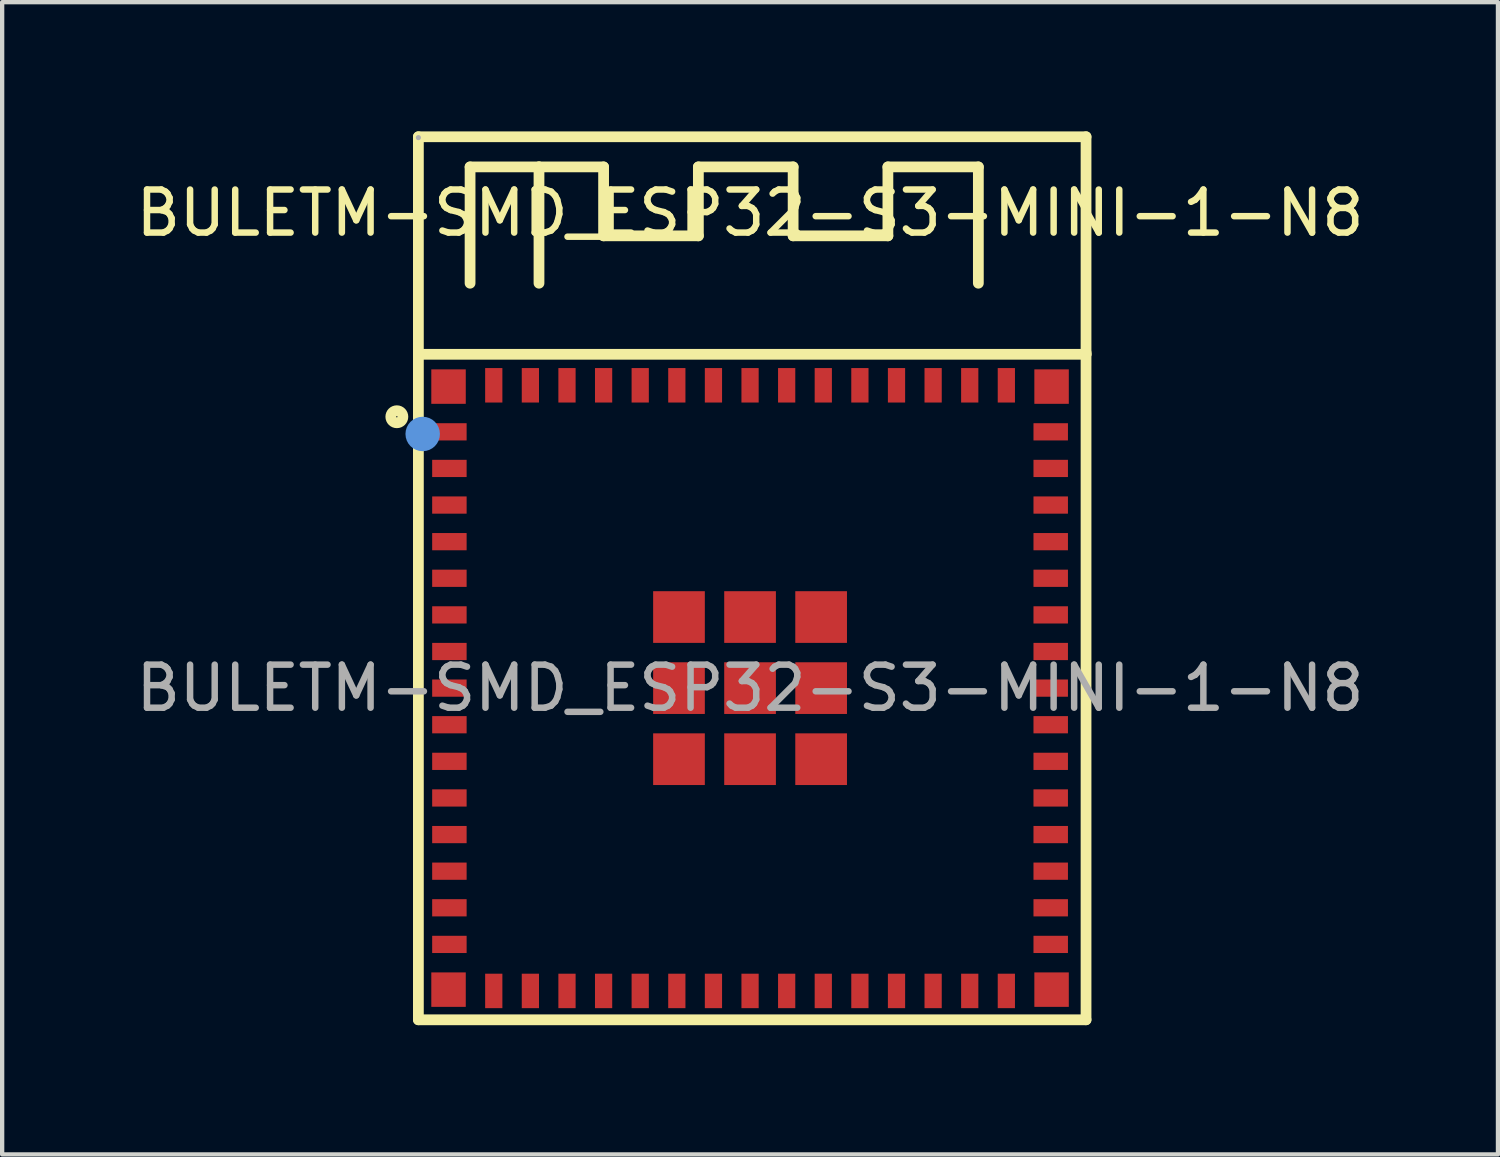
<source format=kicad_pcb>
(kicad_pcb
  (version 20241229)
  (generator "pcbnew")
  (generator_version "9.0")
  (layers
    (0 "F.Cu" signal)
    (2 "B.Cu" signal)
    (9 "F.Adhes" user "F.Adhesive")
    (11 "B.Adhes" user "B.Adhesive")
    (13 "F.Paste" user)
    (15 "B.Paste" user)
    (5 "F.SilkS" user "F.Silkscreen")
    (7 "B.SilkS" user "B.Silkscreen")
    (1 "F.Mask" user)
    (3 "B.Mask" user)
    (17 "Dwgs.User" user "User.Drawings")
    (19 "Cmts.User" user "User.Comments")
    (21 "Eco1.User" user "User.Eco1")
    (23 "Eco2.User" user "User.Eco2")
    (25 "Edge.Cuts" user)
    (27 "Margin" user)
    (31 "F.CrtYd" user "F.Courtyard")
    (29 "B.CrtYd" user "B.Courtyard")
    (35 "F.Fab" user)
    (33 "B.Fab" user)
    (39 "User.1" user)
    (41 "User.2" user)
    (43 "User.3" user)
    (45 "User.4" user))
  (footprint "BULETM-SMD_ESP32-S3-MINI-1-N8"
    (layer "F.Cu")
    (at 14.363 12.925)
    (property "Reference" "BULETM-SMD_ESP32-S3-MINI-1-N8" (at 0 -11.03 0) (layer "F.SilkS") (effects (font (size 1 1) (thickness 0.15))))
    (attr smd)
    (fp_line (start -7.7 -12.8) (end 7.8 -12.8) (stroke (width 0.25) (type solid)) (layer "F.SilkS"))
    (fp_line (start -7.7 -7.75) (end 7.8 -7.75) (stroke (width 0.25) (type solid)) (layer "F.SilkS"))
    (fp_line (start -7.7 7.7) (end -7.7 -12.8) (stroke (width 0.25) (type solid)) (layer "F.SilkS"))
    (fp_line (start -6.5 -12.1) (end -4.9 -12.1) (stroke (width 0.25) (type solid)) (layer "F.SilkS"))
    (fp_line (start -6.5 -9.4) (end -6.5 -12.1) (stroke (width 0.25) (type solid)) (layer "F.SilkS"))
    (fp_line (start -4.9 -12.1) (end -4.9 -9.4) (stroke (width 0.25) (type solid)) (layer "F.SilkS"))
    (fp_line (start -4.9 -12.1) (end -3.4 -12.1) (stroke (width 0.25) (type solid)) (layer "F.SilkS"))
    (fp_line (start -3.4 -12.1) (end -3.4 -10.5) (stroke (width 0.25) (type solid)) (layer "F.SilkS"))
    (fp_line (start -3.4 -10.5) (end -1.2 -10.5) (stroke (width 0.25) (type solid)) (layer "F.SilkS"))
    (fp_line (start -1.2 -12.1) (end 1 -12.1) (stroke (width 0.25) (type solid)) (layer "F.SilkS"))
    (fp_line (start -1.2 -10.5) (end -1.2 -12.1) (stroke (width 0.25) (type solid)) (layer "F.SilkS"))
    (fp_line (start 1 -12.1) (end 1 -10.5) (stroke (width 0.25) (type solid)) (layer "F.SilkS"))
    (fp_line (start 1 -10.5) (end 3.2 -10.5) (stroke (width 0.25) (type solid)) (layer "F.SilkS"))
    (fp_line (start 3.2 -12.1) (end 5.3 -12.1) (stroke (width 0.25) (type solid)) (layer "F.SilkS"))
    (fp_line (start 3.2 -10.5) (end 3.2 -12.1) (stroke (width 0.25) (type solid)) (layer "F.SilkS"))
    (fp_line (start 5.3 -12.1) (end 5.3 -9.4) (stroke (width 0.25) (type solid)) (layer "F.SilkS"))
    (fp_line (start 7.8 -12.8) (end 7.8 7.7) (stroke (width 0.25) (type solid)) (layer "F.SilkS"))
    (fp_line (start 7.8 -7.75) (end 7.8 -7.79) (stroke (width 0.25) (type solid)) (layer "F.SilkS"))
    (fp_line (start 7.8 7.7) (end -7.7 7.7) (stroke (width 0.25) (type solid)) (layer "F.SilkS"))
    (fp_circle (center -8.2 -6.3) (end -8.06 -6.3) (stroke (width 0.25) (type solid)) (fill no) (layer "F.SilkS"))
    (fp_circle (center -7.6 -5.9) (end -7.4 -5.9) (stroke (width 0.4) (type solid)) (fill no) (layer "Cmts.User"))
    (fp_circle (center -7.7 -12.78) (end -7.67 -12.78) (stroke (width 0.06) (type solid)) (fill no) (layer "F.Fab"))
    (fp_text user "${REFERENCE}" (at 0 0 0) (layer "F.Fab") (effects (font (size 1 1) (thickness 0.15))))
    (pad "1" smd rect (at -6.98 -5.95 90) (size 0.4 0.8) (layers "F.Cu" "F.Mask" "F.Paste"))
    (pad "2" smd rect (at -6.98 -5.1 90) (size 0.4 0.8) (layers "F.Cu" "F.Mask" "F.Paste"))
    (pad "3" smd rect (at -6.98 -4.25 90) (size 0.4 0.8) (layers "F.Cu" "F.Mask" "F.Paste"))
    (pad "4" smd rect (at -6.98 -3.4 90) (size 0.4 0.8) (layers "F.Cu" "F.Mask" "F.Paste"))
    (pad "5" smd rect (at -6.98 -2.55 90) (size 0.4 0.8) (layers "F.Cu" "F.Mask" "F.Paste"))
    (pad "6" smd rect (at -6.98 -1.7 90) (size 0.4 0.8) (layers "F.Cu" "F.Mask" "F.Paste"))
    (pad "7" smd rect (at -6.98 -0.85 90) (size 0.4 0.8) (layers "F.Cu" "F.Mask" "F.Paste"))
    (pad "8" smd rect (at -6.98 0 90) (size 0.4 0.8) (layers "F.Cu" "F.Mask" "F.Paste"))
    (pad "9" smd rect (at -6.98 0.85 90) (size 0.4 0.8) (layers "F.Cu" "F.Mask" "F.Paste"))
    (pad "10" smd rect (at -6.98 1.7 90) (size 0.4 0.8) (layers "F.Cu" "F.Mask" "F.Paste"))
    (pad "11" smd rect (at -6.98 2.55 90) (size 0.4 0.8) (layers "F.Cu" "F.Mask" "F.Paste"))
    (pad "12" smd rect (at -6.98 3.4 90) (size 0.4 0.8) (layers "F.Cu" "F.Mask" "F.Paste"))
    (pad "13" smd rect (at -6.98 4.25 90) (size 0.4 0.8) (layers "F.Cu" "F.Mask" "F.Paste"))
    (pad "14" smd rect (at -6.98 5.1 90) (size 0.4 0.8) (layers "F.Cu" "F.Mask" "F.Paste"))
    (pad "15" smd rect (at -6.98 5.95 90) (size 0.4 0.8) (layers "F.Cu" "F.Mask" "F.Paste"))
    (pad "16" smd rect (at -5.95 7.03 180) (size 0.4 0.8) (layers "F.Cu" "F.Mask" "F.Paste"))
    (pad "17" smd rect (at -5.1 7.03 180) (size 0.4 0.8) (layers "F.Cu" "F.Mask" "F.Paste"))
    (pad "18" smd rect (at -4.25 7.03 180) (size 0.4 0.8) (layers "F.Cu" "F.Mask" "F.Paste"))
    (pad "19" smd rect (at -3.4 7.03 180) (size 0.4 0.8) (layers "F.Cu" "F.Mask" "F.Paste"))
    (pad "20" smd rect (at -2.55 7.03 180) (size 0.4 0.8) (layers "F.Cu" "F.Mask" "F.Paste"))
    (pad "21" smd rect (at -1.7 7.03 180) (size 0.4 0.8) (layers "F.Cu" "F.Mask" "F.Paste"))
    (pad "22" smd rect (at -0.85 7.03 180) (size 0.4 0.8) (layers "F.Cu" "F.Mask" "F.Paste"))
    (pad "23" smd rect (at 0 7.03 180) (size 0.4 0.8) (layers "F.Cu" "F.Mask" "F.Paste"))
    (pad "24" smd rect (at 0.85 7.03 180) (size 0.4 0.8) (layers "F.Cu" "F.Mask" "F.Paste"))
    (pad "25" smd rect (at 1.7 7.03 180) (size 0.4 0.8) (layers "F.Cu" "F.Mask" "F.Paste"))
    (pad "26" smd rect (at 2.55 7.03 180) (size 0.4 0.8) (layers "F.Cu" "F.Mask" "F.Paste"))
    (pad "27" smd rect (at 3.4 7.03 180) (size 0.4 0.8) (layers "F.Cu" "F.Mask" "F.Paste"))
    (pad "28" smd rect (at 4.25 7.03 180) (size 0.4 0.8) (layers "F.Cu" "F.Mask" "F.Paste"))
    (pad "29" smd rect (at 5.1 7.03 180) (size 0.4 0.8) (layers "F.Cu" "F.Mask" "F.Paste"))
    (pad "30" smd rect (at 5.95 7.03 180) (size 0.4 0.8) (layers "F.Cu" "F.Mask" "F.Paste"))
    (pad "31" smd rect (at 6.98 5.95 270) (size 0.4 0.8) (layers "F.Cu" "F.Mask" "F.Paste"))
    (pad "32" smd rect (at 6.98 5.1 270) (size 0.4 0.8) (layers "F.Cu" "F.Mask" "F.Paste"))
    (pad "33" smd rect (at 6.98 4.25 270) (size 0.4 0.8) (layers "F.Cu" "F.Mask" "F.Paste"))
    (pad "34" smd rect (at 6.98 3.4 270) (size 0.4 0.8) (layers "F.Cu" "F.Mask" "F.Paste"))
    (pad "35" smd rect (at 6.98 2.55 270) (size 0.4 0.8) (layers "F.Cu" "F.Mask" "F.Paste"))
    (pad "36" smd rect (at 6.98 1.7 270) (size 0.4 0.8) (layers "F.Cu" "F.Mask" "F.Paste"))
    (pad "37" smd rect (at 6.98 0.85 270) (size 0.4 0.8) (layers "F.Cu" "F.Mask" "F.Paste"))
    (pad "38" smd rect (at 6.98 0 270) (size 0.4 0.8) (layers "F.Cu" "F.Mask" "F.Paste"))
    (pad "39" smd rect (at 6.98 -0.85 270) (size 0.4 0.8) (layers "F.Cu" "F.Mask" "F.Paste"))
    (pad "40" smd rect (at 6.98 -1.7 270) (size 0.4 0.8) (layers "F.Cu" "F.Mask" "F.Paste"))
    (pad "41" smd rect (at 6.98 -2.55 270) (size 0.4 0.8) (layers "F.Cu" "F.Mask" "F.Paste"))
    (pad "42" smd rect (at 6.98 -3.4 270) (size 0.4 0.8) (layers "F.Cu" "F.Mask" "F.Paste"))
    (pad "43" smd rect (at 6.98 -4.25 270) (size 0.4 0.8) (layers "F.Cu" "F.Mask" "F.Paste"))
    (pad "44" smd rect (at 6.98 -5.1 270) (size 0.4 0.8) (layers "F.Cu" "F.Mask" "F.Paste"))
    (pad "45" smd rect (at 6.98 -5.95 270) (size 0.4 0.8) (layers "F.Cu" "F.Mask" "F.Paste"))
    (pad "46" smd rect (at 5.95 -7.03) (size 0.4 0.8) (layers "F.Cu" "F.Mask" "F.Paste"))
    (pad "47" smd rect (at 5.1 -7.03) (size 0.4 0.8) (layers "F.Cu" "F.Mask" "F.Paste"))
    (pad "48" smd rect (at 4.25 -7.03) (size 0.4 0.8) (layers "F.Cu" "F.Mask" "F.Paste"))
    (pad "49" smd rect (at 3.4 -7.03) (size 0.4 0.8) (layers "F.Cu" "F.Mask" "F.Paste"))
    (pad "50" smd rect (at 2.55 -7.03) (size 0.4 0.8) (layers "F.Cu" "F.Mask" "F.Paste"))
    (pad "51" smd rect (at 1.7 -7.03) (size 0.4 0.8) (layers "F.Cu" "F.Mask" "F.Paste"))
    (pad "52" smd rect (at 0.85 -7.03) (size 0.4 0.8) (layers "F.Cu" "F.Mask" "F.Paste"))
    (pad "53" smd rect (at 0 -7.03) (size 0.4 0.8) (layers "F.Cu" "F.Mask" "F.Paste"))
    (pad "54" smd rect (at -0.85 -7.03) (size 0.4 0.8) (layers "F.Cu" "F.Mask" "F.Paste"))
    (pad "55" smd rect (at -1.7 -7.03) (size 0.4 0.8) (layers "F.Cu" "F.Mask" "F.Paste"))
    (pad "56" smd rect (at -2.55 -7.03) (size 0.4 0.8) (layers "F.Cu" "F.Mask" "F.Paste"))
    (pad "57" smd rect (at -3.4 -7.03) (size 0.4 0.8) (layers "F.Cu" "F.Mask" "F.Paste"))
    (pad "58" smd rect (at -4.25 -7.03) (size 0.4 0.8) (layers "F.Cu" "F.Mask" "F.Paste"))
    (pad "59" smd rect (at -5.1 -7.03) (size 0.4 0.8) (layers "F.Cu" "F.Mask" "F.Paste"))
    (pad "60" smd rect (at -5.95 -7.03) (size 0.4 0.8) (layers "F.Cu" "F.Mask" "F.Paste"))
    (pad "GND" smd rect (at -7 -7 90) (size 0.8 0.8) (layers "F.Cu" "F.Mask" "F.Paste"))
    (pad "GND" smd rect (at -7 7 90) (size 0.8 0.8) (layers "F.Cu" "F.Mask" "F.Paste"))
    (pad "GND" smd rect (at -1.65 -1.65 90) (size 1.2 1.2) (layers "F.Cu" "F.Mask" "F.Paste"))
    (pad "GND" smd rect (at -1.65 0 90) (size 1.2 1.2) (layers "F.Cu" "F.Mask" "F.Paste"))
    (pad "GND" smd rect (at -1.65 1.65 90) (size 1.2 1.2) (layers "F.Cu" "F.Mask" "F.Paste"))
    (pad "GND" smd rect (at 0 -1.65 90) (size 1.2 1.2) (layers "F.Cu" "F.Mask" "F.Paste"))
    (pad "GND" smd rect (at 0 0 90) (size 1.2 1.2) (layers "F.Cu" "F.Mask" "F.Paste"))
    (pad "GND" smd rect (at 0 1.65 90) (size 1.2 1.2) (layers "F.Cu" "F.Mask" "F.Paste"))
    (pad "GND" smd rect (at 1.65 -1.65 90) (size 1.2 1.2) (layers "F.Cu" "F.Mask" "F.Paste"))
    (pad "GND" smd rect (at 1.65 0 90) (size 1.2 1.2) (layers "F.Cu" "F.Mask" "F.Paste"))
    (pad "GND" smd rect (at 1.65 1.65 90) (size 1.2 1.2) (layers "F.Cu" "F.Mask" "F.Paste"))
    (pad "GND" smd rect (at 7 -7 90) (size 0.8 0.8) (layers "F.Cu" "F.Mask" "F.Paste"))
    (pad "GND" smd rect (at 7 7 90) (size 0.8 0.8) (layers "F.Cu" "F.Mask" "F.Paste")))
  (gr_rect
    (start -3 -3)
    (end 31.726 23.75)
    (stroke (width 0.1) (type default))
    (fill no)
    (layer "Edge.Cuts")))
</source>
